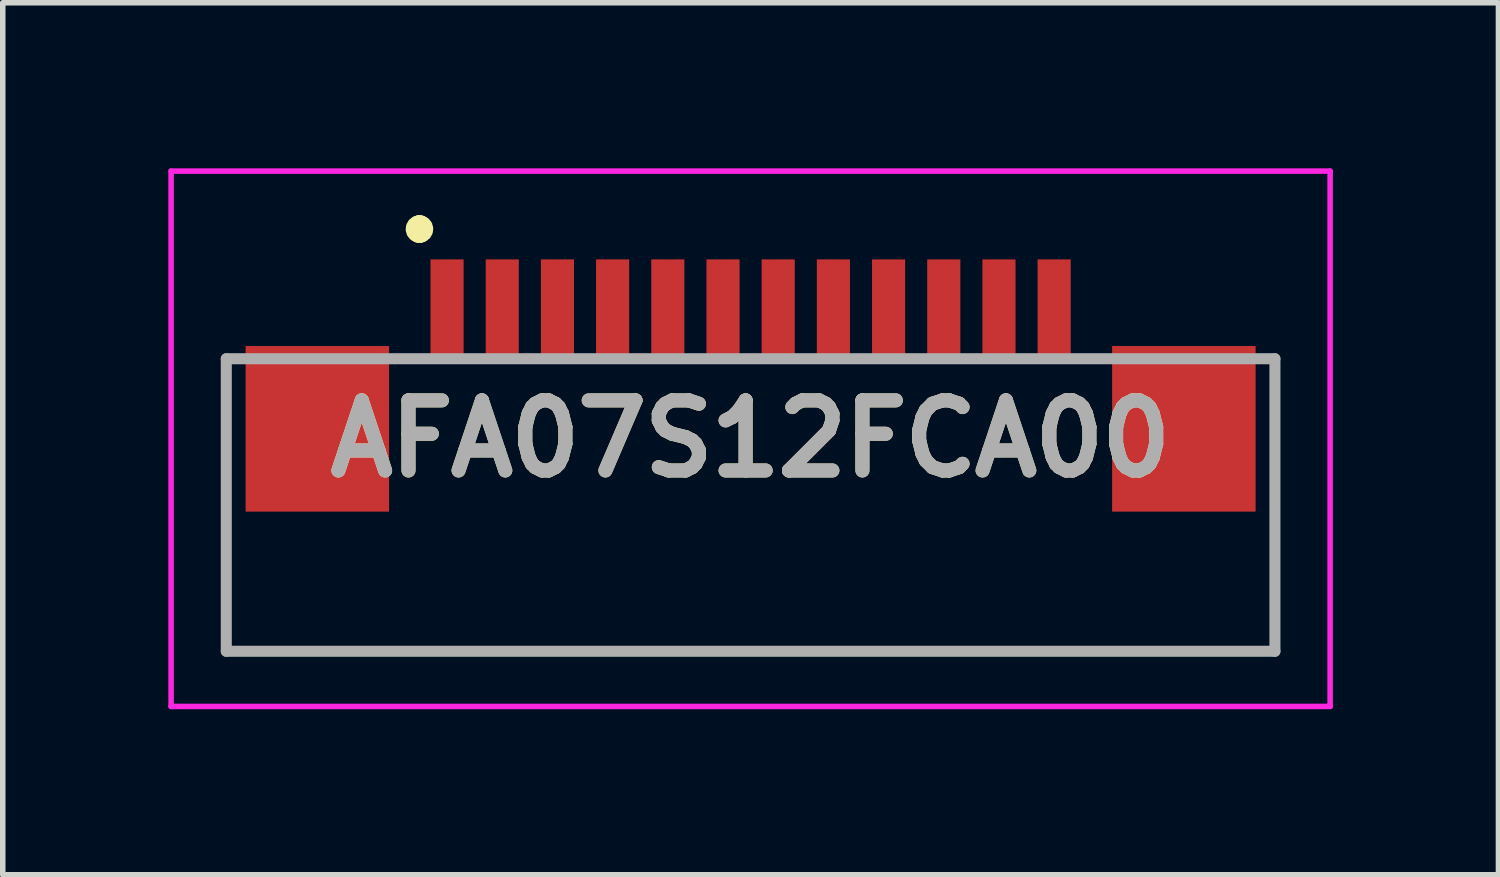
<source format=kicad_pcb>
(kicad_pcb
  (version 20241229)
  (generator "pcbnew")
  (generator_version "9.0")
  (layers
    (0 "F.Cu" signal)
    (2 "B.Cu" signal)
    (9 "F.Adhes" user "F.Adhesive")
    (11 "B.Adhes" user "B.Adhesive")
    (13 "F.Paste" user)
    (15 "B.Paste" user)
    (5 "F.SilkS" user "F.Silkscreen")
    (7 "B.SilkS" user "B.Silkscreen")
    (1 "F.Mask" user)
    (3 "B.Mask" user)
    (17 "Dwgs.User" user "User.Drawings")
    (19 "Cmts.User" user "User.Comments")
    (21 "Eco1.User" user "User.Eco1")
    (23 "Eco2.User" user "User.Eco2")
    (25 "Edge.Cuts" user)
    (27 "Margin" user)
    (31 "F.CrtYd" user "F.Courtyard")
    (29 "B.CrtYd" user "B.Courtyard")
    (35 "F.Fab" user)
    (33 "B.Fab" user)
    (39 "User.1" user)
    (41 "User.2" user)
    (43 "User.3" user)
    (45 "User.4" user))
  (footprint "AFA07S12FCA00"
    (layer "F.Cu")
    (at 10.55 5.65)
    (property "Reference" "AFA07S12FCA00" (at 0 -0.75 0) (layer "F.SilkS") (effects (font (size 1.27 1.27) (thickness 0.254))))
    (attr smd)
    (fp_line (start -9.5 -2.2) (end -9.5 3.1) (stroke (width 0.1) (type solid)) (layer "F.SilkS"))
    (fp_line (start -9.5 3.1) (end 9.5 3.1) (stroke (width 0.1) (type solid)) (layer "F.SilkS"))
    (fp_line (start -6 -4.6) (end -6 -4.6) (stroke (width 0.4) (type solid)) (layer "F.SilkS"))
    (fp_line (start -6 -4.5) (end -6 -4.5) (stroke (width 0.4) (type solid)) (layer "F.SilkS"))
    (fp_line (start 9.5 3.1) (end 9.5 -2.2) (stroke (width 0.1) (type solid)) (layer "F.SilkS"))
    (fp_arc (start -6 -4.6) (mid -5.95 -4.55) (end -6 -4.5) (stroke (width 0.4) (type solid)) (layer "F.SilkS"))
    (fp_arc (start -6 -4.5) (mid -6.05 -4.55) (end -6 -4.6) (stroke (width 0.4) (type solid)) (layer "F.SilkS"))
    (fp_line (start -10.5 -5.6) (end 10.5 -5.6) (stroke (width 0.1) (type solid)) (layer "F.CrtYd"))
    (fp_line (start -10.5 4.1) (end -10.5 -5.6) (stroke (width 0.1) (type solid)) (layer "F.CrtYd"))
    (fp_line (start 10.5 -5.6) (end 10.5 4.1) (stroke (width 0.1) (type solid)) (layer "F.CrtYd"))
    (fp_line (start 10.5 4.1) (end -10.5 4.1) (stroke (width 0.1) (type solid)) (layer "F.CrtYd"))
    (fp_line (start -9.5 -2.2) (end 9.5 -2.2) (stroke (width 0.2) (type solid)) (layer "F.Fab"))
    (fp_line (start -9.5 3.1) (end -9.5 -2.2) (stroke (width 0.2) (type solid)) (layer "F.Fab"))
    (fp_line (start 9.5 -2.2) (end 9.5 3.1) (stroke (width 0.2) (type solid)) (layer "F.Fab"))
    (fp_line (start 9.5 3.1) (end -9.5 3.1) (stroke (width 0.2) (type solid)) (layer "F.Fab"))
    (fp_text user "${REFERENCE}" (at 0 -0.75 0) (layer "F.Fab") (effects (font (size 1.27 1.27) (thickness 0.254))))
    (pad "1" smd rect (at -5.5 -3.1) (size 0.6 1.8) (layers "F.Cu" "F.Mask" "F.Paste"))
    (pad "2" smd rect (at -4.5 -3.1) (size 0.6 1.8) (layers "F.Cu" "F.Mask" "F.Paste"))
    (pad "3" smd rect (at -3.5 -3.1) (size 0.6 1.8) (layers "F.Cu" "F.Mask" "F.Paste"))
    (pad "4" smd rect (at -2.5 -3.1) (size 0.6 1.8) (layers "F.Cu" "F.Mask" "F.Paste"))
    (pad "5" smd rect (at -1.5 -3.1) (size 0.6 1.8) (layers "F.Cu" "F.Mask" "F.Paste"))
    (pad "6" smd rect (at -0.5 -3.1) (size 0.6 1.8) (layers "F.Cu" "F.Mask" "F.Paste"))
    (pad "7" smd rect (at 0.5 -3.1) (size 0.6 1.8) (layers "F.Cu" "F.Mask" "F.Paste"))
    (pad "8" smd rect (at 1.5 -3.1) (size 0.6 1.8) (layers "F.Cu" "F.Mask" "F.Paste"))
    (pad "9" smd rect (at 2.5 -3.1) (size 0.6 1.8) (layers "F.Cu" "F.Mask" "F.Paste"))
    (pad "10" smd rect (at 3.5 -3.1) (size 0.6 1.8) (layers "F.Cu" "F.Mask" "F.Paste"))
    (pad "11" smd rect (at 4.5 -3.1) (size 0.6 1.8) (layers "F.Cu" "F.Mask" "F.Paste"))
    (pad "12" smd rect (at 5.5 -3.1) (size 0.6 1.8) (layers "F.Cu" "F.Mask" "F.Paste"))
    (pad "MP1" smd rect (at -7.85 -0.93) (size 2.6 3) (layers "F.Cu" "F.Mask" "F.Paste"))
    (pad "MP2" smd rect (at 7.85 -0.93) (size 2.6 3) (layers "F.Cu" "F.Mask" "F.Paste")))
  (gr_rect
    (start -3 -3)
    (end 24.1 12.8)
    (stroke (width 0.1) (type default))
    (fill no)
    (layer "Edge.Cuts")))
</source>
